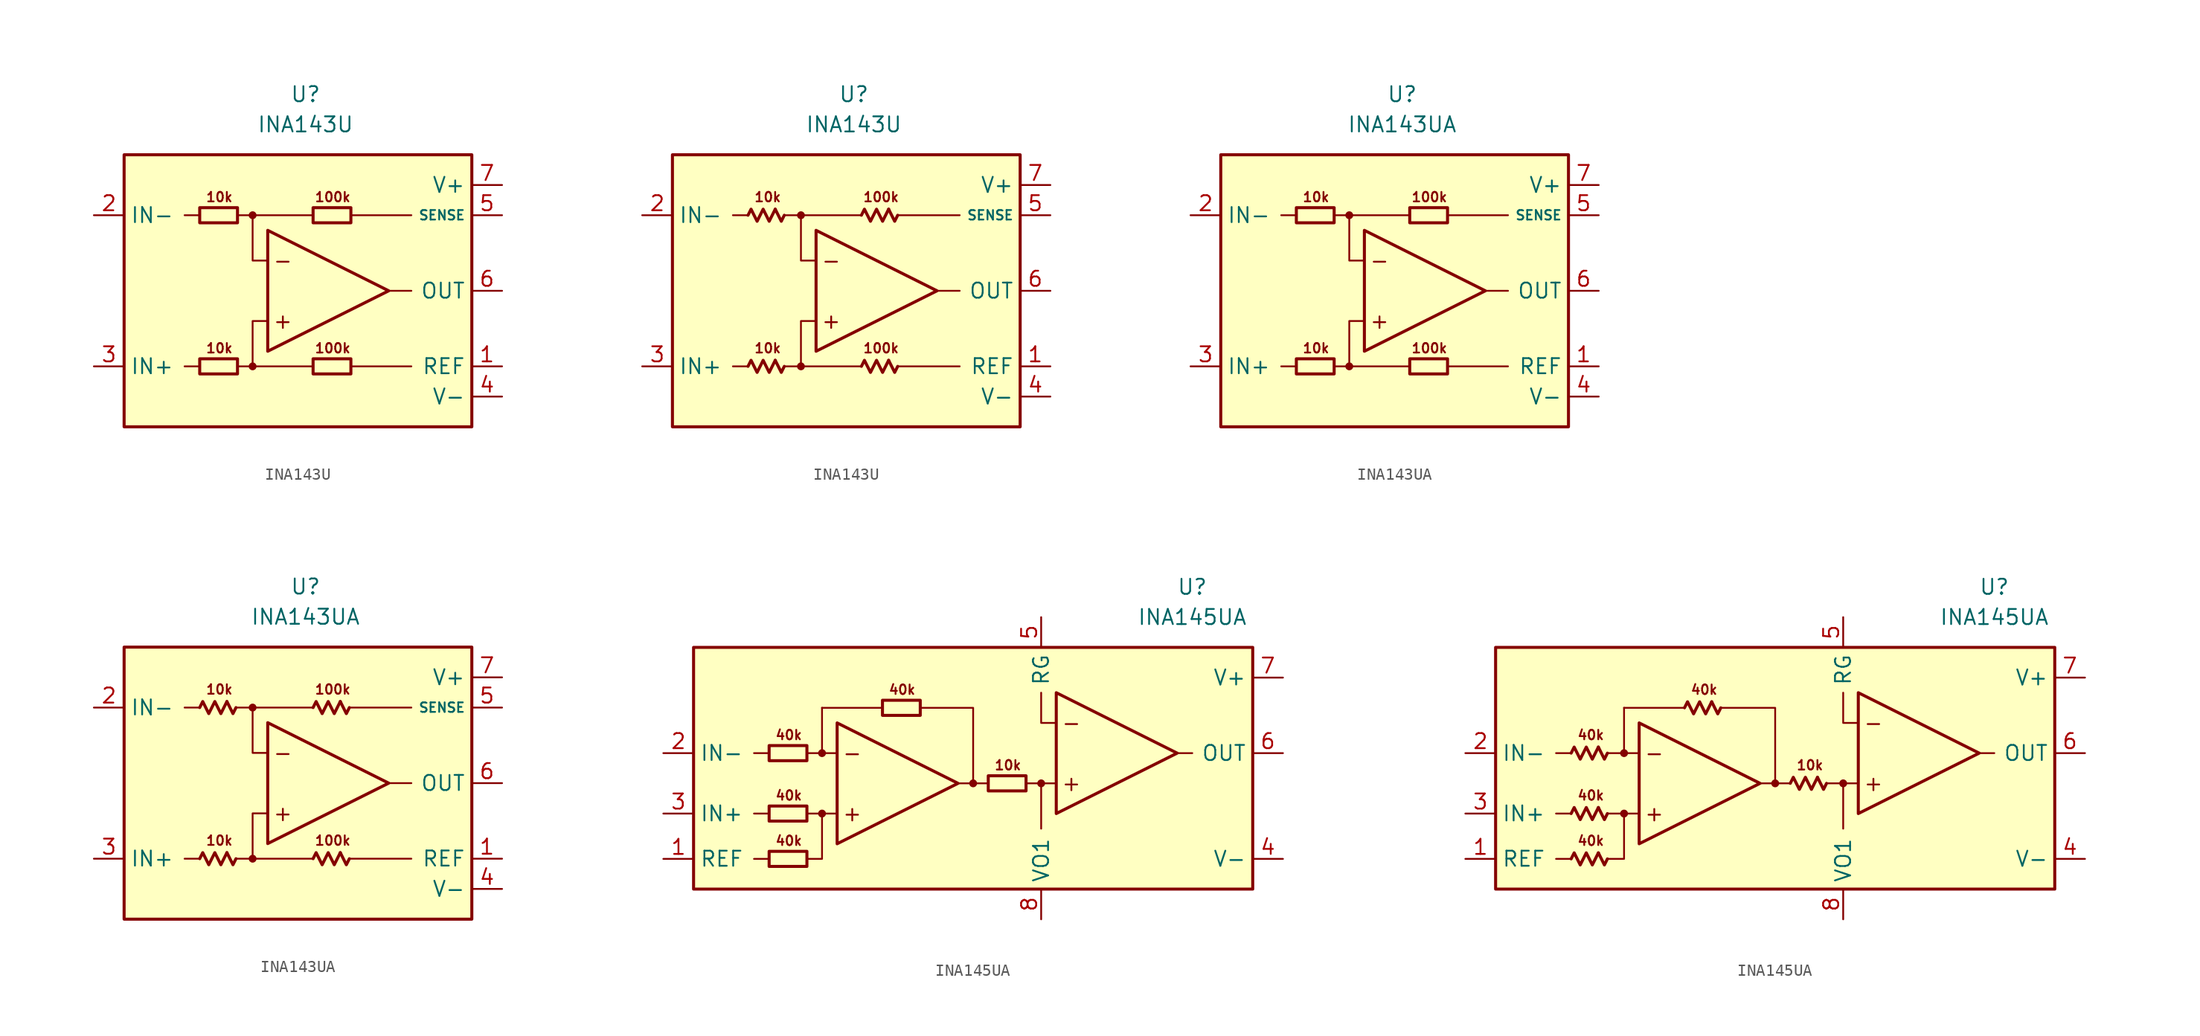
<source format=kicad_sym>
(kicad_symbol_lib
  (version 20231120)
  (generator "kicad_symbol_editor")
  (generator_version "8.0")
  (symbol "INA143U"
    (property "Reference" "U"
      (at 0 16.51 0)
      (effects (font (size 1.27 1.27))))
    (property "Value" "INA143U"
      (at 0 13.97 0)
      (effects (font (size 1.27 1.27))))
    (symbol "INA143U_0_0"
      (rectangle (start -15.24 11.43) (end 13.97 -11.43) (stroke (width 0.254) (type default)) (fill (type background)))
      (circle (center -4.445 -6.35) (radius 0.254) (stroke (width 0.152) (type default)) (fill (type outline)))
      (circle (center -4.445 6.35) (radius 0.254) (stroke (width 0.152) (type default)) (fill (type outline)))
      (polyline (pts (xy -8.89 -6.35) (xy -10.16 -6.35)) (stroke (width 0.152) (type default)) (fill (type none)))
      (polyline (pts (xy -8.89 6.35) (xy -10.16 6.35)) (stroke (width 0.152) (type default)) (fill (type none)))
      (polyline (pts (xy -4.445 6.35) (xy 0.635 6.35)) (stroke (width 0.152) (type default)) (fill (type none)))
      (polyline (pts (xy 0.635 -6.35) (xy -4.445 -6.35)) (stroke (width 0.152) (type default)) (fill (type none)))
      (polyline (pts (xy 3.81 -6.35) (xy 8.89 -6.35)) (stroke (width 0.152) (type default)) (fill (type none)))
      (polyline (pts (xy 3.81 6.35) (xy 8.89 6.35)) (stroke (width 0.152) (type default)) (fill (type none)))
      (polyline (pts (xy 8.89 0) (xy 6.985 0)) (stroke (width 0.152) (type default)) (fill (type none)))
      (polyline (pts (xy -5.715 -6.35) (xy -4.445 -6.35) (xy -4.445 -2.54) (xy -3.175 -2.54)) (stroke (width 0.152) (type default)) (fill (type none)))
      (polyline (pts (xy -3.175 2.54) (xy -4.445 2.54) (xy -4.445 6.35) (xy -5.715 6.35)) (stroke (width 0.152) (type default)) (fill (type none)))
      (polyline (pts (xy -3.175 5.08) (xy -3.175 -5.08) (xy 6.985 0) (xy -3.175 5.08)) (stroke (width 0.254) (type default)) (fill (type none)))
      (text "+" (at -1.905 -2.54 0) (effects (font (size 1.27 1.27))))
      (text "-" (at -1.905 2.54 0) (effects (font (size 1.27 1.27))))
      (text "100k" (at 2.286 -4.826 0) (effects (font (size 0.8 0.8))))
      (text "100k" (at 2.286 7.874 0) (effects (font (size 0.8 0.8))))
      (text "10k" (at -7.239 -4.826 0) (effects (font (size 0.8 0.8))))
      (text "10k" (at -7.239 7.874 0) (effects (font (size 0.8 0.8)))))
    (symbol "INA143U_0_1"
      (rectangle (start -8.89 -5.715) (end -5.715 -6.985) (stroke (width 0.254) (type default)) (fill (type none)))
      (rectangle (start -8.89 6.985) (end -5.715 5.715) (stroke (width 0.254) (type default)) (fill (type none)))
      (rectangle (start 0.635 -5.715) (end 3.81 -6.985) (stroke (width 0.254) (type default)) (fill (type none)))
      (rectangle (start 0.635 6.985) (end 3.81 5.715) (stroke (width 0.254) (type default)) (fill (type none))))
    (symbol "INA143U_0_2"
      (polyline (pts (xy -6.604 -5.842) (xy -6.096 -6.858) (xy -5.842 -6.35)) (stroke (width 0.254) (type default)) (fill (type none)))
      (polyline (pts (xy -6.604 6.858) (xy -6.096 5.842) (xy -5.842 6.35)) (stroke (width 0.254) (type default)) (fill (type none)))
      (polyline (pts (xy 2.921 -5.842) (xy 3.429 -6.858) (xy 3.683 -6.35)) (stroke (width 0.254) (type default)) (fill (type none)))
      (polyline (pts (xy 2.921 6.858) (xy 3.429 5.842) (xy 3.683 6.35)) (stroke (width 0.254) (type default)) (fill (type none)))
      (polyline (pts (xy -8.89 -6.35) (xy -8.636 -5.842) (xy -8.128 -6.858) (xy -7.62 -5.842) (xy -7.112 -6.858) (xy -6.604 -5.842)) (stroke (width 0.254) (type default)) (fill (type none)))
      (polyline (pts (xy -8.89 6.35) (xy -8.636 6.858) (xy -8.128 5.842) (xy -7.62 6.858) (xy -7.112 5.842) (xy -6.604 6.858)) (stroke (width 0.254) (type default)) (fill (type none)))
      (polyline (pts (xy 0.635 -6.35) (xy 0.889 -5.842) (xy 1.397 -6.858) (xy 1.905 -5.842) (xy 2.413 -6.858) (xy 2.921 -5.842)) (stroke (width 0.254) (type default)) (fill (type none)))
      (polyline (pts (xy 0.635 6.35) (xy 0.889 6.858) (xy 1.397 5.842) (xy 1.905 6.858) (xy 2.413 5.842) (xy 2.921 6.858)) (stroke (width 0.254) (type default)) (fill (type none))))
    (symbol "INA143U_1_1"
      (pin input line (at 16.51 -6.35 180) (length 2.54) (name "REF" (effects (font (size 1.27 1.27)))) (number "1" (effects (font (size 1.27 1.27)))))
      (pin input line (at -17.78 6.35 0) (length 2.54) (name "IN-" (effects (font (size 1.27 1.27)))) (number "2" (effects (font (size 1.27 1.27)))))
      (pin input line (at -17.78 -6.35 0) (length 2.54) (name "IN+" (effects (font (size 1.27 1.27)))) (number "3" (effects (font (size 1.27 1.27)))))
      (pin power_in line (at 16.51 -8.89 180) (length 2.54) (name "V-" (effects (font (size 1.27 1.27)))) (number "4" (effects (font (size 1.27 1.27)))))
      (pin input line (at 16.51 6.35 180) (length 2.54) (name "SENSE" (effects (font (size 0.8 0.8)))) (number "5" (effects (font (size 1.27 1.27)))))
      (pin output line (at 16.51 0 180) (length 2.54) (name "OUT" (effects (font (size 1.27 1.27)))) (number "6" (effects (font (size 1.27 1.27)))))
      (pin power_in line (at 16.51 8.89 180) (length 2.54) (name "V+" (effects (font (size 1.27 1.27)))) (number "7" (effects (font (size 1.27 1.27)))))
      (pin free line (at -10.16 0 0) (length 2.54) hide (name "NC" (effects (font (size 1.27 1.27)))) (number "8" (effects (font (size 1.27 1.27))))))
    (symbol "INA143U_1_2"
      (pin input line (at 16.51 -6.35 180) (length 2.54) (name "REF" (effects (font (size 1.27 1.27)))) (number "1" (effects (font (size 1.27 1.27)))))
      (pin input line (at -17.78 6.35 0) (length 2.54) (name "IN-" (effects (font (size 1.27 1.27)))) (number "2" (effects (font (size 1.27 1.27)))))
      (pin input line (at -17.78 -6.35 0) (length 2.54) (name "IN+" (effects (font (size 1.27 1.27)))) (number "3" (effects (font (size 1.27 1.27)))))
      (pin power_in line (at 16.51 -8.89 180) (length 2.54) (name "V-" (effects (font (size 1.27 1.27)))) (number "4" (effects (font (size 1.27 1.27)))))
      (pin input line (at 16.51 6.35 180) (length 2.54) (name "SENSE" (effects (font (size 0.8 0.8)))) (number "5" (effects (font (size 1.27 1.27)))))
      (pin output line (at 16.51 0 180) (length 2.54) (name "OUT" (effects (font (size 1.27 1.27)))) (number "6" (effects (font (size 1.27 1.27)))))
      (pin power_in line (at 16.51 8.89 180) (length 2.54) (name "V+" (effects (font (size 1.27 1.27)))) (number "7" (effects (font (size 1.27 1.27)))))
      (pin free line (at -10.16 0 0) (length 2.54) hide (name "NC" (effects (font (size 1.27 1.27)))) (number "8" (effects (font (size 1.27 1.27)))))))
  (symbol "INA143UA"
    (property "Reference" "U"
      (at 0 16.51 0)
      (effects (font (size 1.27 1.27))))
    (property "Value" "INA143UA"
      (at 0 13.97 0)
      (effects (font (size 1.27 1.27))))
    (symbol "INA143UA_0_0"
      (rectangle (start -15.24 11.43) (end 13.97 -11.43) (stroke (width 0.254) (type default)) (fill (type background)))
      (circle (center -4.445 -6.35) (radius 0.254) (stroke (width 0.152) (type default)) (fill (type outline)))
      (circle (center -4.445 6.35) (radius 0.254) (stroke (width 0.152) (type default)) (fill (type outline)))
      (polyline (pts (xy -8.89 -6.35) (xy -10.16 -6.35)) (stroke (width 0.152) (type default)) (fill (type none)))
      (polyline (pts (xy -8.89 6.35) (xy -10.16 6.35)) (stroke (width 0.152) (type default)) (fill (type none)))
      (polyline (pts (xy -4.445 6.35) (xy 0.635 6.35)) (stroke (width 0.152) (type default)) (fill (type none)))
      (polyline (pts (xy 0.635 -6.35) (xy -4.445 -6.35)) (stroke (width 0.152) (type default)) (fill (type none)))
      (polyline (pts (xy 3.81 -6.35) (xy 8.89 -6.35)) (stroke (width 0.152) (type default)) (fill (type none)))
      (polyline (pts (xy 3.81 6.35) (xy 8.89 6.35)) (stroke (width 0.152) (type default)) (fill (type none)))
      (polyline (pts (xy 8.89 0) (xy 6.985 0)) (stroke (width 0.152) (type default)) (fill (type none)))
      (polyline (pts (xy -5.715 -6.35) (xy -4.445 -6.35) (xy -4.445 -2.54) (xy -3.175 -2.54)) (stroke (width 0.152) (type default)) (fill (type none)))
      (polyline (pts (xy -3.175 2.54) (xy -4.445 2.54) (xy -4.445 6.35) (xy -5.715 6.35)) (stroke (width 0.152) (type default)) (fill (type none)))
      (polyline (pts (xy -3.175 5.08) (xy -3.175 -5.08) (xy 6.985 0) (xy -3.175 5.08)) (stroke (width 0.254) (type default)) (fill (type none)))
      (text "+" (at -1.905 -2.54 0) (effects (font (size 1.27 1.27))))
      (text "-" (at -1.905 2.54 0) (effects (font (size 1.27 1.27))))
      (text "100k" (at 2.286 -4.826 0) (effects (font (size 0.8 0.8))))
      (text "100k" (at 2.286 7.874 0) (effects (font (size 0.8 0.8))))
      (text "10k" (at -7.239 -4.826 0) (effects (font (size 0.8 0.8))))
      (text "10k" (at -7.239 7.874 0) (effects (font (size 0.8 0.8)))))
    (symbol "INA143UA_0_1"
      (rectangle (start -8.89 -5.715) (end -5.715 -6.985) (stroke (width 0.254) (type default)) (fill (type none)))
      (rectangle (start -8.89 6.985) (end -5.715 5.715) (stroke (width 0.254) (type default)) (fill (type none)))
      (rectangle (start 0.635 -5.715) (end 3.81 -6.985) (stroke (width 0.254) (type default)) (fill (type none)))
      (rectangle (start 0.635 6.985) (end 3.81 5.715) (stroke (width 0.254) (type default)) (fill (type none))))
    (symbol "INA143UA_0_2"
      (polyline (pts (xy -6.604 -5.842) (xy -6.096 -6.858) (xy -5.842 -6.35)) (stroke (width 0.254) (type default)) (fill (type none)))
      (polyline (pts (xy -6.604 6.858) (xy -6.096 5.842) (xy -5.842 6.35)) (stroke (width 0.254) (type default)) (fill (type none)))
      (polyline (pts (xy 2.921 -5.842) (xy 3.429 -6.858) (xy 3.683 -6.35)) (stroke (width 0.254) (type default)) (fill (type none)))
      (polyline (pts (xy 2.921 6.858) (xy 3.429 5.842) (xy 3.683 6.35)) (stroke (width 0.254) (type default)) (fill (type none)))
      (polyline (pts (xy -8.89 -6.35) (xy -8.636 -5.842) (xy -8.128 -6.858) (xy -7.62 -5.842) (xy -7.112 -6.858) (xy -6.604 -5.842)) (stroke (width 0.254) (type default)) (fill (type none)))
      (polyline (pts (xy -8.89 6.35) (xy -8.636 6.858) (xy -8.128 5.842) (xy -7.62 6.858) (xy -7.112 5.842) (xy -6.604 6.858)) (stroke (width 0.254) (type default)) (fill (type none)))
      (polyline (pts (xy 0.635 -6.35) (xy 0.889 -5.842) (xy 1.397 -6.858) (xy 1.905 -5.842) (xy 2.413 -6.858) (xy 2.921 -5.842)) (stroke (width 0.254) (type default)) (fill (type none)))
      (polyline (pts (xy 0.635 6.35) (xy 0.889 6.858) (xy 1.397 5.842) (xy 1.905 6.858) (xy 2.413 5.842) (xy 2.921 6.858)) (stroke (width 0.254) (type default)) (fill (type none))))
    (symbol "INA143UA_1_1"
      (pin input line (at 16.51 -6.35 180) (length 2.54) (name "REF" (effects (font (size 1.27 1.27)))) (number "1" (effects (font (size 1.27 1.27)))))
      (pin input line (at -17.78 6.35 0) (length 2.54) (name "IN-" (effects (font (size 1.27 1.27)))) (number "2" (effects (font (size 1.27 1.27)))))
      (pin input line (at -17.78 -6.35 0) (length 2.54) (name "IN+" (effects (font (size 1.27 1.27)))) (number "3" (effects (font (size 1.27 1.27)))))
      (pin power_in line (at 16.51 -8.89 180) (length 2.54) (name "V-" (effects (font (size 1.27 1.27)))) (number "4" (effects (font (size 1.27 1.27)))))
      (pin input line (at 16.51 6.35 180) (length 2.54) (name "SENSE" (effects (font (size 0.8 0.8)))) (number "5" (effects (font (size 1.27 1.27)))))
      (pin output line (at 16.51 0 180) (length 2.54) (name "OUT" (effects (font (size 1.27 1.27)))) (number "6" (effects (font (size 1.27 1.27)))))
      (pin power_in line (at 16.51 8.89 180) (length 2.54) (name "V+" (effects (font (size 1.27 1.27)))) (number "7" (effects (font (size 1.27 1.27)))))
      (pin free line (at -10.16 0 0) (length 2.54) hide (name "NC" (effects (font (size 1.27 1.27)))) (number "8" (effects (font (size 1.27 1.27))))))
    (symbol "INA143UA_1_2"
      (pin input line (at 16.51 -6.35 180) (length 2.54) (name "REF" (effects (font (size 1.27 1.27)))) (number "1" (effects (font (size 1.27 1.27)))))
      (pin input line (at -17.78 6.35 0) (length 2.54) (name "IN-" (effects (font (size 1.27 1.27)))) (number "2" (effects (font (size 1.27 1.27)))))
      (pin input line (at -17.78 -6.35 0) (length 2.54) (name "IN+" (effects (font (size 1.27 1.27)))) (number "3" (effects (font (size 1.27 1.27)))))
      (pin power_in line (at 16.51 -8.89 180) (length 2.54) (name "V-" (effects (font (size 1.27 1.27)))) (number "4" (effects (font (size 1.27 1.27)))))
      (pin input line (at 16.51 6.35 180) (length 2.54) (name "SENSE" (effects (font (size 0.8 0.8)))) (number "5" (effects (font (size 1.27 1.27)))))
      (pin output line (at 16.51 0 180) (length 2.54) (name "OUT" (effects (font (size 1.27 1.27)))) (number "6" (effects (font (size 1.27 1.27)))))
      (pin power_in line (at 16.51 8.89 180) (length 2.54) (name "V+" (effects (font (size 1.27 1.27)))) (number "7" (effects (font (size 1.27 1.27)))))
      (pin free line (at -10.16 0 0) (length 2.54) hide (name "NC" (effects (font (size 1.27 1.27)))) (number "8" (effects (font (size 1.27 1.27)))))))
  (symbol "INA145UA"
    (property "Reference" "U"
      (at 17.78 16.51 0)
      (effects (font (size 1.27 1.27))))
    (property "Value" "INA145UA"
      (at 17.78 13.97 0)
      (effects (font (size 1.27 1.27))))
    (symbol "INA145UA_0_0"
      (rectangle (start -24.13 11.43) (end 22.86 -8.89) (stroke (width 0.254) (type default)) (fill (type background)))
      (circle (center -13.335 -2.54) (radius 0.254) (stroke (width 0.152) (type default)) (fill (type outline)))
      (circle (center -13.335 2.54) (radius 0.254) (stroke (width 0.152) (type default)) (fill (type outline)))
      (circle (center -0.635 0) (radius 0.254) (stroke (width 0.152) (type default)) (fill (type outline)))
      (polyline (pts (xy -17.78 -6.35) (xy -19.05 -6.35)) (stroke (width 0.152) (type default)) (fill (type none)))
      (polyline (pts (xy -17.78 -2.54) (xy -19.05 -2.54)) (stroke (width 0.152) (type default)) (fill (type none)))
      (polyline (pts (xy -17.78 2.54) (xy -19.05 2.54)) (stroke (width 0.152) (type default)) (fill (type none)))
      (polyline (pts (xy -13.335 -2.54) (xy -14.605 -2.54)) (stroke (width 0) (type default)) (fill (type none)))
      (polyline (pts (xy -13.335 2.54) (xy -14.605 2.54)) (stroke (width 0) (type default)) (fill (type none)))
      (polyline (pts (xy -8.255 6.35) (xy -13.335 6.35)) (stroke (width 0.152) (type default)) (fill (type none)))
      (polyline (pts (xy -1.905 0) (xy -0.635 0)) (stroke (width 0.152) (type default)) (fill (type none)))
      (polyline (pts (xy 0.635 0) (xy -0.635 0)) (stroke (width 0.152) (type default)) (fill (type none)))
      (polyline (pts (xy 3.81 0) (xy 5.08 0)) (stroke (width 0.152) (type default)) (fill (type none)))
      (polyline (pts (xy 6.35 0) (xy 5.08 0)) (stroke (width 0.152) (type default)) (fill (type none)))
      (polyline (pts (xy 16.51 2.54) (xy 17.78 2.54)) (stroke (width 0.152) (type default)) (fill (type none)))
      (polyline (pts (xy -0.635 0) (xy -0.635 6.35) (xy -5.08 6.35)) (stroke (width 0.152) (type default)) (fill (type none)))
      (polyline (pts (xy 5.08 0) (xy 5.08 -3.81) (xy 5.08 -2.54)) (stroke (width 0.152) (type default)) (fill (type none)))
      (polyline (pts (xy 6.35 5.08) (xy 5.08 5.08) (xy 5.08 7.62)) (stroke (width 0.152) (type default)) (fill (type none)))
      (polyline (pts (xy -14.605 -6.35) (xy -13.335 -6.35) (xy -13.335 -2.54) (xy -12.065 -2.54)) (stroke (width 0.152) (type default)) (fill (type none)))
      (polyline (pts (xy -12.065 2.54) (xy -13.335 2.54) (xy -13.335 6.35) (xy -13.335 6.35)) (stroke (width 0.152) (type default)) (fill (type none)))
      (polyline (pts (xy -12.065 5.08) (xy -12.065 -5.08) (xy -1.905 0) (xy -12.065 5.08)) (stroke (width 0.254) (type default)) (fill (type none)))
      (polyline (pts (xy 6.35 7.62) (xy 6.35 -2.54) (xy 16.51 2.54) (xy 6.35 7.62)) (stroke (width 0.254) (type default)) (fill (type none)))
      (circle (center 5.08 0) (radius 0.254) (stroke (width 0.152) (type default)) (fill (type outline)))
      (text "+" (at -10.795 -2.54 0) (effects (font (size 1.27 1.27))))
      (text "+" (at 7.62 0 0) (effects (font (size 1.27 1.27))))
      (text "-" (at -10.795 2.54 0) (effects (font (size 1.27 1.27))))
      (text "-" (at 7.62 5.08 0) (effects (font (size 1.27 1.27))))
      (text "10k" (at 2.286 1.524 0) (effects (font (size 0.8 0.8))))
      (text "40k" (at -16.129 -4.826 0) (effects (font (size 0.8 0.8))))
      (text "40k" (at -16.129 -1.016 0) (effects (font (size 0.8 0.8))))
      (text "40k" (at -16.129 4.064 0) (effects (font (size 0.8 0.8))))
      (text "40k" (at -6.604 7.874 0) (effects (font (size 0.8 0.8)))))
    (symbol "INA145UA_0_1"
      (rectangle (start -17.78 -5.715) (end -14.605 -6.985) (stroke (width 0.254) (type default)) (fill (type none)))
      (rectangle (start -17.78 -1.905) (end -14.605 -3.175) (stroke (width 0.254) (type default)) (fill (type none)))
      (rectangle (start -17.78 3.175) (end -14.605 1.905) (stroke (width 0.254) (type default)) (fill (type none)))
      (rectangle (start -8.255 6.985) (end -5.08 5.715) (stroke (width 0.254) (type default)) (fill (type none)))
      (rectangle (start 0.635 0.635) (end 3.81 -0.635) (stroke (width 0.254) (type default)) (fill (type none))))
    (symbol "INA145UA_0_2"
      (polyline (pts (xy -15.494 -5.842) (xy -14.986 -6.858) (xy -14.732 -6.35)) (stroke (width 0.254) (type default)) (fill (type none)))
      (polyline (pts (xy -15.494 -2.032) (xy -14.986 -3.048) (xy -14.732 -2.54)) (stroke (width 0.254) (type default)) (fill (type none)))
      (polyline (pts (xy -15.494 3.048) (xy -14.986 2.032) (xy -14.732 2.54)) (stroke (width 0.254) (type default)) (fill (type none)))
      (polyline (pts (xy -5.969 6.858) (xy -5.461 5.842) (xy -5.207 6.35)) (stroke (width 0.254) (type default)) (fill (type none)))
      (polyline (pts (xy 2.921 0.508) (xy 3.429 -0.508) (xy 3.683 0)) (stroke (width 0.254) (type default)) (fill (type none)))
      (polyline (pts (xy -17.78 -6.35) (xy -17.526 -5.842) (xy -17.018 -6.858) (xy -16.51 -5.842) (xy -16.002 -6.858) (xy -15.494 -5.842)) (stroke (width 0.254) (type default)) (fill (type none)))
      (polyline (pts (xy -17.78 -2.54) (xy -17.526 -2.032) (xy -17.018 -3.048) (xy -16.51 -2.032) (xy -16.002 -3.048) (xy -15.494 -2.032)) (stroke (width 0.254) (type default)) (fill (type none)))
      (polyline (pts (xy -17.78 2.54) (xy -17.526 3.048) (xy -17.018 2.032) (xy -16.51 3.048) (xy -16.002 2.032) (xy -15.494 3.048)) (stroke (width 0.254) (type default)) (fill (type none)))
      (polyline (pts (xy -8.255 6.35) (xy -8.001 6.858) (xy -7.493 5.842) (xy -6.985 6.858) (xy -6.477 5.842) (xy -5.969 6.858)) (stroke (width 0.254) (type default)) (fill (type none)))
      (polyline (pts (xy 0.635 0) (xy 0.889 0.508) (xy 1.397 -0.508) (xy 1.905 0.508) (xy 2.413 -0.508) (xy 2.921 0.508)) (stroke (width 0.254) (type default)) (fill (type none))))
    (symbol "INA145UA_1_1"
      (pin input line (at -26.67 -6.35 0) (length 2.54) (name "REF" (effects (font (size 1.27 1.27)))) (number "1" (effects (font (size 1.27 1.27)))))
      (pin input line (at -26.67 2.54 0) (length 2.54) (name "IN-" (effects (font (size 1.27 1.27)))) (number "2" (effects (font (size 1.27 1.27)))))
      (pin input line (at -26.67 -2.54 0) (length 2.54) (name "IN+" (effects (font (size 1.27 1.27)))) (number "3" (effects (font (size 1.27 1.27)))))
      (pin power_in line (at 25.4 -6.35 180) (length 2.54) (name "V-" (effects (font (size 1.27 1.27)))) (number "4" (effects (font (size 1.27 1.27)))))
      (pin passive line (at 5.08 13.97 270) (length 2.54) (name "RG" (effects (font (size 1.27 1.27)))) (number "5" (effects (font (size 1.27 1.27)))))
      (pin output line (at 25.4 2.54 180) (length 2.54) (name "OUT" (effects (font (size 1.27 1.27)))) (number "6" (effects (font (size 1.27 1.27)))))
      (pin power_in line (at 25.4 8.89 180) (length 2.54) (name "V+" (effects (font (size 1.27 1.27)))) (number "7" (effects (font (size 1.27 1.27)))))
      (pin output line (at 5.08 -11.43 90) (length 2.54) (name "VO1" (effects (font (size 1.27 1.27)))) (number "8" (effects (font (size 1.27 1.27))))))
    (symbol "INA145UA_1_2"
      (pin input line (at -26.67 -6.35 0) (length 2.54) (name "REF" (effects (font (size 1.27 1.27)))) (number "1" (effects (font (size 1.27 1.27)))))
      (pin input line (at -26.67 2.54 0) (length 2.54) (name "IN-" (effects (font (size 1.27 1.27)))) (number "2" (effects (font (size 1.27 1.27)))))
      (pin input line (at -26.67 -2.54 0) (length 2.54) (name "IN+" (effects (font (size 1.27 1.27)))) (number "3" (effects (font (size 1.27 1.27)))))
      (pin power_in line (at 25.4 -6.35 180) (length 2.54) (name "V-" (effects (font (size 1.27 1.27)))) (number "4" (effects (font (size 1.27 1.27)))))
      (pin passive line (at 5.08 13.97 270) (length 2.54) (name "RG" (effects (font (size 1.27 1.27)))) (number "5" (effects (font (size 1.27 1.27)))))
      (pin output line (at 25.4 2.54 180) (length 2.54) (name "OUT" (effects (font (size 1.27 1.27)))) (number "6" (effects (font (size 1.27 1.27)))))
      (pin power_in line (at 25.4 8.89 180) (length 2.54) (name "V+" (effects (font (size 1.27 1.27)))) (number "7" (effects (font (size 1.27 1.27)))))
      (pin output line (at 5.08 -11.43 90) (length 2.54) (name "VO1" (effects (font (size 1.27 1.27)))) (number "8" (effects (font (size 1.27 1.27))))))))
</source>
